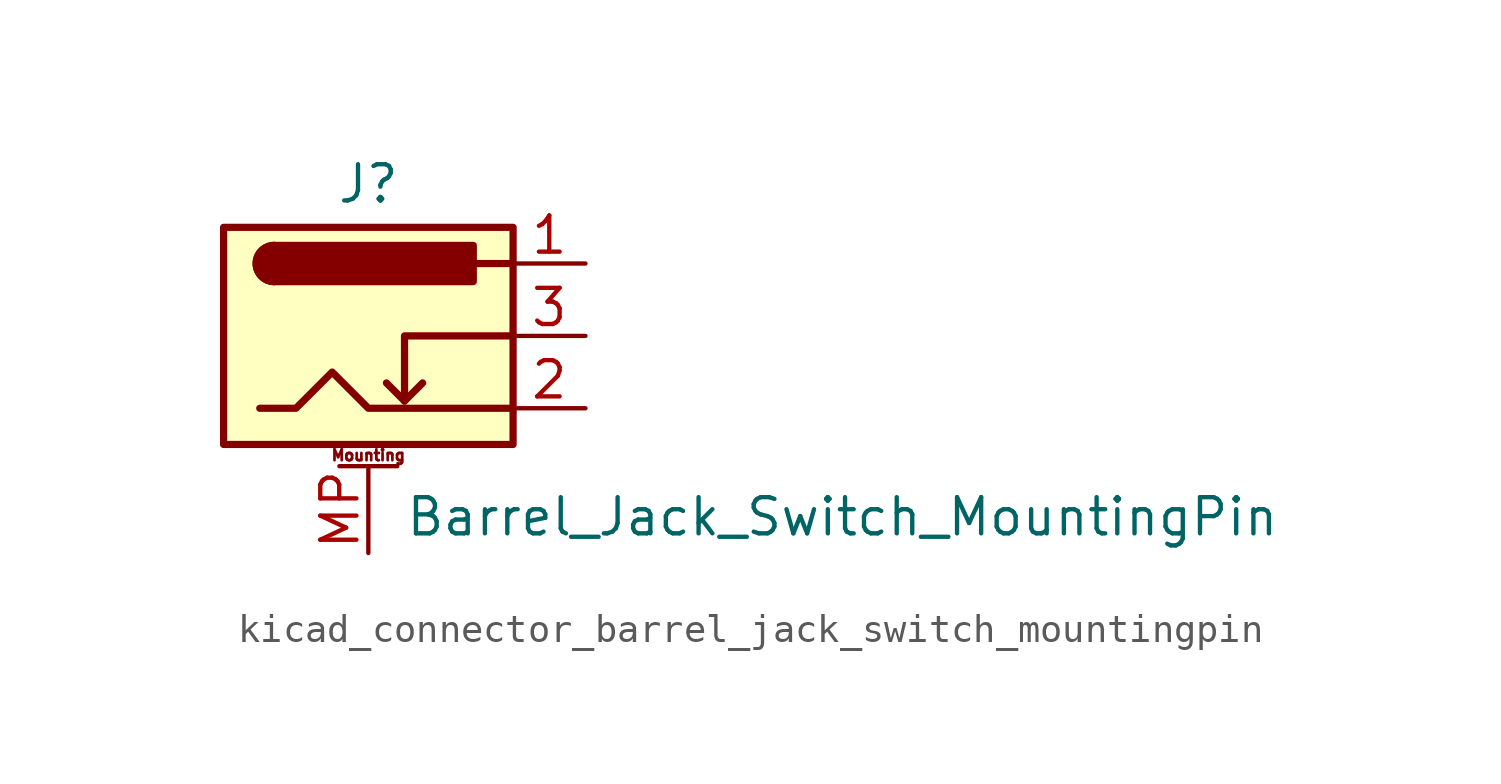
<source format=kicad_sym>
(kicad_symbol_lib
  (version 20220914)
  (generator kicad_symbol_editor)
  (symbol "kicad_connector_barrel_jack_switch_mountingpin"
    (pin_names hide)
    (property "Reference" "J"
      (at 0 5.334 0)
      (effects (font (size 1.27 1.27))))
    (property "Value" "Barrel_Jack_Switch_MountingPin"
      (at 1.27 -6.35 0)
      (effects (font (size 1.27 1.27)) (justify left)))
    (symbol "kicad_connector_barrel_jack_switch_mountingpin_0_1"
      (rectangle (start -5.08 3.81) (end 5.08 -3.81) (stroke (width 0.254) (type default)) (fill (type background)))
      (arc (start -3.302 3.175) (mid -3.9343 2.54) (end -3.302 1.905) (stroke (width 0.254) (type default)) (fill (type none)))
      (arc (start -3.302 3.175) (mid -3.9343 2.54) (end -3.302 1.905) (stroke (width 0.254) (type default)) (fill (type outline)))
      (polyline (pts (xy 1.27 -2.286) (xy 1.905 -1.651)) (stroke (width 0.254) (type default)) (fill (type none)))
      (polyline (pts (xy 5.08 2.54) (xy 3.81 2.54)) (stroke (width 0.254) (type default)) (fill (type none)))
      (polyline (pts (xy 5.08 0) (xy 1.27 0) (xy 1.27 -2.286) (xy 0.635 -1.651)) (stroke (width 0.254) (type default)) (fill (type none)))
      (polyline (pts (xy -3.81 -2.54) (xy -2.54 -2.54) (xy -1.27 -1.27) (xy 0 -2.54) (xy 2.54 -2.54) (xy 5.08 -2.54)) (stroke (width 0.254) (type default)) (fill (type none)))
      (rectangle (start 3.683 3.175) (end -3.302 1.905) (stroke (width 0.254) (type default)) (fill (type outline))))
    (symbol "kicad_connector_barrel_jack_switch_mountingpin_1_1"
      (polyline (pts (xy -1.016 -4.572) (xy 1.016 -4.572)) (stroke (width 0.152) (type default)) (fill (type none)))
      (text "Mounting" (at 0 -4.191 0) (effects (font (size 0.381 0.381))))
      (pin passive line (at 7.62 2.54 180) (length 2.54) (name "~" (effects (font (size 1.27 1.27)))) (number "1" (effects (font (size 1.27 1.27)))))
      (pin passive line (at 7.62 -2.54 180) (length 2.54) (name "~" (effects (font (size 1.27 1.27)))) (number "2" (effects (font (size 1.27 1.27)))))
      (pin passive line (at 7.62 0 180) (length 2.54) (name "~" (effects (font (size 1.27 1.27)))) (number "3" (effects (font (size 1.27 1.27)))))
      (pin passive line (at 0 -7.62 90) (length 3.048) (name "MountPin" (effects (font (size 1.27 1.27)))) (number "MP" (effects (font (size 1.27 1.27))))))))
</source>
